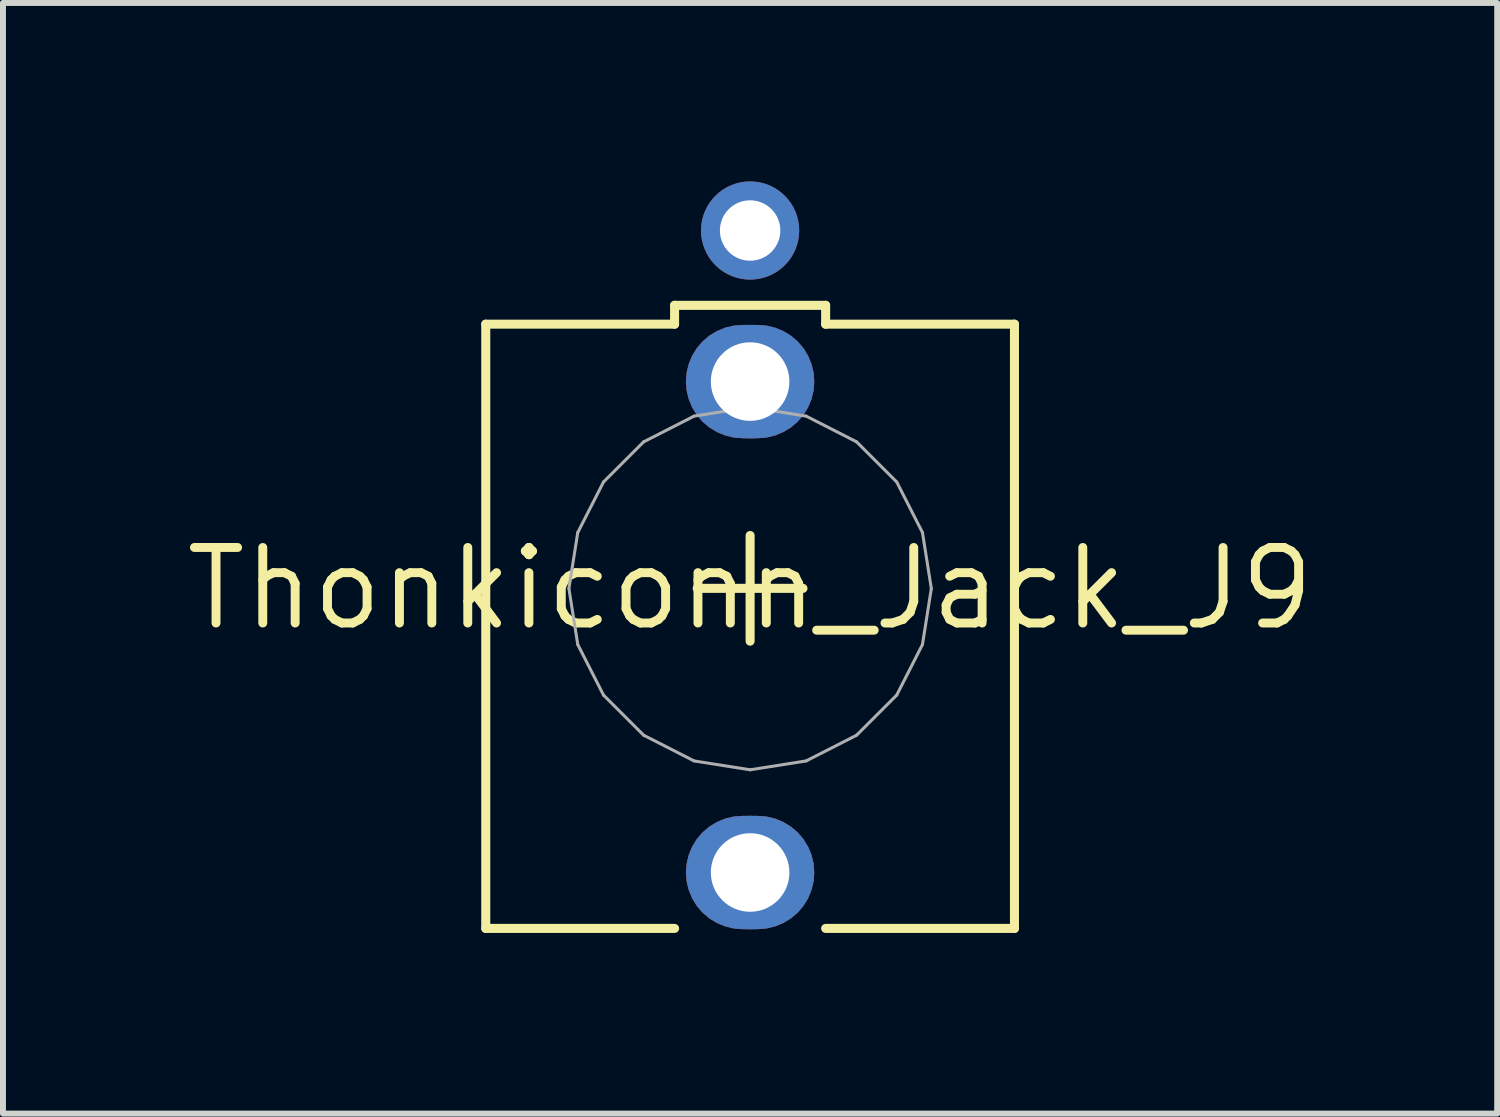
<source format=kicad_pcb>
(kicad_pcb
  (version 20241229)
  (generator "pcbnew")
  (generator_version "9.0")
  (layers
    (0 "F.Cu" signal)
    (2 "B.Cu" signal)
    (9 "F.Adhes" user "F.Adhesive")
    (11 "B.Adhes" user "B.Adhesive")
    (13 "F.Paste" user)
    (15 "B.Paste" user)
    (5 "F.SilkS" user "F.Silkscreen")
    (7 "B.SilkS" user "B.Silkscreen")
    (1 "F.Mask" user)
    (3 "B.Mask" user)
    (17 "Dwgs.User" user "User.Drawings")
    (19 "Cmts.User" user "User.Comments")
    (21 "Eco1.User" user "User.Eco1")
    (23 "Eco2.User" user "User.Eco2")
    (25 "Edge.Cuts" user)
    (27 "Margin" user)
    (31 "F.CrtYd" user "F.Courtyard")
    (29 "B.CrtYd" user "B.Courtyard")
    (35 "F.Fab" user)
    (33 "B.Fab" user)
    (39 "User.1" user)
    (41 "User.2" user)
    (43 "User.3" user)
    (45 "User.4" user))
  (footprint "Thonkiconn_Jack_J9"
    (layer "F.Cu")
    (at 9.563 6.846)
    (property "Reference" "Thonkiconn_Jack_J9" (at 0 0 0) (layer "F.SilkS") (effects (font (size 1.27 1.27) (thickness 0.15))))
    (fp_poly (pts (xy 0.276 -4.421) (xy 0.421 -4.386) (xy 0.559 -4.329) (xy 0.687 -4.251) (xy 0.801 -4.154) (xy 0.898 -4.04) (xy 0.976 -3.912) (xy 1.033 -3.774) (xy 1.068 -3.629) (xy 1.079 -3.48) (xy 1.068 -3.331) (xy 1.033 -3.186) (xy 0.976 -3.048) (xy 0.898 -2.92) (xy 0.801 -2.806) (xy 0.687 -2.709) (xy 0.559 -2.631) (xy 0.421 -2.574) (xy 0.276 -2.539) (xy 0.127 -2.527) (xy -0.127 -2.527) (xy -0.276 -2.539) (xy -0.421 -2.574) (xy -0.559 -2.631) (xy -0.687 -2.709) (xy -0.801 -2.806) (xy -0.898 -2.92) (xy -0.976 -3.048) (xy -1.033 -3.186) (xy -1.068 -3.331) (xy -1.079 -3.48) (xy -1.068 -3.629) (xy -1.033 -3.774) (xy -0.976 -3.912) (xy -0.898 -4.04) (xy -0.801 -4.154) (xy -0.687 -4.251) (xy -0.559 -4.329) (xy -0.421 -4.386) (xy -0.276 -4.421) (xy -0.127 -4.432) (xy 0.127 -4.432)) (stroke (width 0) (type default)) (fill yes) (layer "F.Cu"))
    (fp_poly (pts (xy 0.276 3.834) (xy 0.421 3.869) (xy 0.559 3.926) (xy 0.687 4.004) (xy 0.801 4.101) (xy 0.898 4.215) (xy 0.976 4.343) (xy 1.033 4.481) (xy 1.068 4.626) (xy 1.079 4.775) (xy 1.068 4.924) (xy 1.033 5.069) (xy 0.976 5.207) (xy 0.898 5.335) (xy 0.801 5.449) (xy 0.687 5.546) (xy 0.559 5.624) (xy 0.421 5.681) (xy 0.276 5.716) (xy 0.127 5.728) (xy -0.127 5.728) (xy -0.276 5.716) (xy -0.421 5.681) (xy -0.559 5.624) (xy -0.687 5.546) (xy -0.801 5.449) (xy -0.898 5.335) (xy -0.976 5.207) (xy -1.033 5.069) (xy -1.068 4.924) (xy -1.079 4.775) (xy -1.068 4.626) (xy -1.033 4.481) (xy -0.976 4.343) (xy -0.898 4.215) (xy -0.801 4.101) (xy -0.687 4.004) (xy -0.559 3.926) (xy -0.421 3.869) (xy -0.276 3.834) (xy -0.127 3.823) (xy 0.127 3.823)) (stroke (width 0) (type default)) (fill yes) (layer "F.Cu"))
    (fp_poly (pts (xy 0.292 -4.522) (xy 0.453 -4.483) (xy 0.606 -4.42) (xy 0.748 -4.334) (xy 0.873 -4.226) (xy 0.981 -4.1) (xy 1.067 -3.958) (xy 1.131 -3.806) (xy 1.169 -3.645) (xy 1.182 -3.48) (xy 1.169 -3.315) (xy 1.131 -3.154) (xy 1.067 -3.001) (xy 0.981 -2.859) (xy 0.873 -2.733) (xy 0.748 -2.626) (xy 0.606 -2.54) (xy 0.453 -2.476) (xy 0.292 -2.438) (xy 0.127 -2.425) (xy -0.127 -2.425) (xy -0.292 -2.438) (xy -0.453 -2.476) (xy -0.606 -2.54) (xy -0.748 -2.626) (xy -0.873 -2.733) (xy -0.981 -2.859) (xy -1.067 -3.001) (xy -1.131 -3.154) (xy -1.169 -3.315) (xy -1.182 -3.48) (xy -1.169 -3.645) (xy -1.131 -3.806) (xy -1.067 -3.958) (xy -0.981 -4.1) (xy -0.873 -4.226) (xy -0.748 -4.334) (xy -0.606 -4.42) (xy -0.453 -4.483) (xy -0.292 -4.522) (xy -0.127 -4.535) (xy 0.127 -4.535)) (stroke (width 0) (type default)) (fill yes) (layer "F.Mask"))
    (fp_poly (pts (xy 0.292 3.733) (xy 0.453 3.772) (xy 0.606 3.835) (xy 0.748 3.921) (xy 0.873 4.029) (xy 0.981 4.155) (xy 1.067 4.297) (xy 1.131 4.449) (xy 1.169 4.61) (xy 1.182 4.775) (xy 1.169 4.94) (xy 1.131 5.101) (xy 1.067 5.254) (xy 0.981 5.396) (xy 0.873 5.522) (xy 0.748 5.629) (xy 0.606 5.715) (xy 0.453 5.779) (xy 0.292 5.817) (xy 0.127 5.83) (xy -0.127 5.83) (xy -0.292 5.817) (xy -0.453 5.779) (xy -0.606 5.715) (xy -0.748 5.629) (xy -0.873 5.522) (xy -0.981 5.396) (xy -1.067 5.254) (xy -1.131 5.101) (xy -1.169 4.94) (xy -1.182 4.775) (xy -1.169 4.61) (xy -1.131 4.449) (xy -1.067 4.297) (xy -0.981 4.155) (xy -0.873 4.029) (xy -0.748 3.921) (xy -0.606 3.835) (xy -0.453 3.772) (xy -0.292 3.733) (xy -0.127 3.72) (xy 0.127 3.72)) (stroke (width 0) (type default)) (fill yes) (layer "F.Mask"))
    (fp_poly (pts (xy 0.276 -4.421) (xy 0.421 -4.386) (xy 0.559 -4.329) (xy 0.687 -4.251) (xy 0.801 -4.154) (xy 0.898 -4.04) (xy 0.976 -3.912) (xy 1.033 -3.774) (xy 1.068 -3.629) (xy 1.079 -3.48) (xy 1.068 -3.331) (xy 1.033 -3.186) (xy 0.976 -3.048) (xy 0.898 -2.92) (xy 0.801 -2.806) (xy 0.687 -2.709) (xy 0.559 -2.631) (xy 0.421 -2.574) (xy 0.276 -2.539) (xy 0.127 -2.527) (xy -0.127 -2.527) (xy -0.276 -2.539) (xy -0.421 -2.574) (xy -0.559 -2.631) (xy -0.687 -2.709) (xy -0.801 -2.806) (xy -0.898 -2.92) (xy -0.976 -3.048) (xy -1.033 -3.186) (xy -1.068 -3.331) (xy -1.079 -3.48) (xy -1.068 -3.629) (xy -1.033 -3.774) (xy -0.976 -3.912) (xy -0.898 -4.04) (xy -0.801 -4.154) (xy -0.687 -4.251) (xy -0.559 -4.329) (xy -0.421 -4.386) (xy -0.276 -4.421) (xy -0.127 -4.432) (xy 0.127 -4.432)) (stroke (width 0) (type default)) (fill yes) (layer "B.Cu"))
    (fp_poly (pts (xy 0.276 3.834) (xy 0.421 3.869) (xy 0.559 3.926) (xy 0.687 4.004) (xy 0.801 4.101) (xy 0.898 4.215) (xy 0.976 4.343) (xy 1.033 4.481) (xy 1.068 4.626) (xy 1.079 4.775) (xy 1.068 4.924) (xy 1.033 5.069) (xy 0.976 5.207) (xy 0.898 5.335) (xy 0.801 5.449) (xy 0.687 5.546) (xy 0.559 5.624) (xy 0.421 5.681) (xy 0.276 5.716) (xy 0.127 5.728) (xy -0.127 5.728) (xy -0.276 5.716) (xy -0.421 5.681) (xy -0.559 5.624) (xy -0.687 5.546) (xy -0.801 5.449) (xy -0.898 5.335) (xy -0.976 5.207) (xy -1.033 5.069) (xy -1.068 4.924) (xy -1.079 4.775) (xy -1.068 4.626) (xy -1.033 4.481) (xy -0.976 4.343) (xy -0.898 4.215) (xy -0.801 4.101) (xy -0.687 4.004) (xy -0.559 3.926) (xy -0.421 3.869) (xy -0.276 3.834) (xy -0.127 3.823) (xy 0.127 3.823)) (stroke (width 0) (type default)) (fill yes) (layer "B.Cu"))
    (fp_poly (pts (xy 0.292 -4.522) (xy 0.453 -4.483) (xy 0.606 -4.42) (xy 0.748 -4.334) (xy 0.873 -4.226) (xy 0.981 -4.1) (xy 1.067 -3.958) (xy 1.131 -3.806) (xy 1.169 -3.645) (xy 1.182 -3.48) (xy 1.169 -3.315) (xy 1.131 -3.154) (xy 1.067 -3.001) (xy 0.981 -2.859) (xy 0.873 -2.733) (xy 0.748 -2.626) (xy 0.606 -2.54) (xy 0.453 -2.476) (xy 0.292 -2.438) (xy 0.127 -2.425) (xy -0.127 -2.425) (xy -0.292 -2.438) (xy -0.453 -2.476) (xy -0.606 -2.54) (xy -0.748 -2.626) (xy -0.873 -2.733) (xy -0.981 -2.859) (xy -1.067 -3.001) (xy -1.131 -3.154) (xy -1.169 -3.315) (xy -1.182 -3.48) (xy -1.169 -3.645) (xy -1.131 -3.806) (xy -1.067 -3.958) (xy -0.981 -4.1) (xy -0.873 -4.226) (xy -0.748 -4.334) (xy -0.606 -4.42) (xy -0.453 -4.483) (xy -0.292 -4.522) (xy -0.127 -4.535) (xy 0.127 -4.535)) (stroke (width 0) (type default)) (fill yes) (layer "B.Mask"))
    (fp_poly (pts (xy 0.292 3.733) (xy 0.453 3.772) (xy 0.606 3.835) (xy 0.748 3.921) (xy 0.873 4.029) (xy 0.981 4.155) (xy 1.067 4.297) (xy 1.131 4.449) (xy 1.169 4.61) (xy 1.182 4.775) (xy 1.169 4.94) (xy 1.131 5.101) (xy 1.067 5.254) (xy 0.981 5.396) (xy 0.873 5.522) (xy 0.748 5.629) (xy 0.606 5.715) (xy 0.453 5.779) (xy 0.292 5.817) (xy 0.127 5.83) (xy -0.127 5.83) (xy -0.292 5.817) (xy -0.453 5.779) (xy -0.606 5.715) (xy -0.748 5.629) (xy -0.873 5.522) (xy -0.981 5.396) (xy -1.067 5.254) (xy -1.131 5.101) (xy -1.169 4.94) (xy -1.182 4.775) (xy -1.169 4.61) (xy -1.131 4.449) (xy -1.067 4.297) (xy -0.981 4.155) (xy -0.873 4.029) (xy -0.748 3.921) (xy -0.606 3.835) (xy -0.453 3.772) (xy -0.292 3.733) (xy -0.127 3.72) (xy 0.127 3.72)) (stroke (width 0) (type default)) (fill yes) (layer "B.Mask"))
    (fp_line (start -4.445 -4.445) (end -4.445 5.715) (stroke (width 0.152) (type solid)) (layer "F.SilkS"))
    (fp_line (start -1.27 -4.762) (end 1.27 -4.762) (stroke (width 0.152) (type solid)) (layer "F.SilkS"))
    (fp_line (start -1.27 -4.445) (end -4.445 -4.445) (stroke (width 0.152) (type solid)) (layer "F.SilkS"))
    (fp_line (start -1.27 -4.445) (end -1.27 -4.762) (stroke (width 0.152) (type solid)) (layer "F.SilkS"))
    (fp_line (start -1.27 5.715) (end -4.445 5.715) (stroke (width 0.152) (type solid)) (layer "F.SilkS"))
    (fp_line (start -0.89 -0.003) (end 0.889 -0.003) (stroke (width 0.152) (type solid)) (layer "F.SilkS"))
    (fp_line (start 0 0.885) (end 0 -0.892) (stroke (width 0.152) (type solid)) (layer "F.SilkS"))
    (fp_line (start 1.27 -4.762) (end 1.27 -4.445) (stroke (width 0.152) (type solid)) (layer "F.SilkS"))
    (fp_line (start 1.27 -4.445) (end 4.445 -4.445) (stroke (width 0.152) (type solid)) (layer "F.SilkS"))
    (fp_line (start 1.27 5.715) (end 4.445 5.715) (stroke (width 0.152) (type solid)) (layer "F.SilkS"))
    (fp_line (start 4.445 5.715) (end 4.445 -4.445) (stroke (width 0.152) (type solid)) (layer "F.SilkS"))
    (fp_line (start -3.047 0) (end -2.898 0.942) (stroke (width 0.051) (type solid)) (layer "F.Fab"))
    (fp_line (start -2.898 -0.942) (end -3.047 0) (stroke (width 0.051) (type solid)) (layer "F.Fab"))
    (fp_line (start -2.898 0.942) (end -2.465 1.792) (stroke (width 0.051) (type solid)) (layer "F.Fab"))
    (fp_line (start -2.465 -1.792) (end -2.898 -0.942) (stroke (width 0.051) (type solid)) (layer "F.Fab"))
    (fp_line (start -2.465 1.792) (end -1.791 2.466) (stroke (width 0.051) (type solid)) (layer "F.Fab"))
    (fp_line (start -1.791 -2.466) (end -2.465 -1.792) (stroke (width 0.051) (type solid)) (layer "F.Fab"))
    (fp_line (start -1.791 2.466) (end -0.942 2.899) (stroke (width 0.051) (type solid)) (layer "F.Fab"))
    (fp_line (start -0.942 -2.899) (end -1.791 -2.466) (stroke (width 0.051) (type solid)) (layer "F.Fab"))
    (fp_line (start -0.942 2.899) (end 0 3.048) (stroke (width 0.051) (type solid)) (layer "F.Fab"))
    (fp_line (start 0 -3.048) (end -0.942 -2.899) (stroke (width 0.051) (type solid)) (layer "F.Fab"))
    (fp_line (start 0 3.048) (end 0.942 2.899) (stroke (width 0.051) (type solid)) (layer "F.Fab"))
    (fp_line (start 0.942 -2.899) (end 0 -3.048) (stroke (width 0.051) (type solid)) (layer "F.Fab"))
    (fp_line (start 0.942 2.899) (end 1.791 2.466) (stroke (width 0.051) (type solid)) (layer "F.Fab"))
    (fp_line (start 1.791 -2.466) (end 0.942 -2.899) (stroke (width 0.051) (type solid)) (layer "F.Fab"))
    (fp_line (start 1.791 2.466) (end 2.465 1.792) (stroke (width 0.051) (type solid)) (layer "F.Fab"))
    (fp_line (start 2.465 -1.792) (end 1.791 -2.466) (stroke (width 0.051) (type solid)) (layer "F.Fab"))
    (fp_line (start 2.465 1.792) (end 2.898 0.942) (stroke (width 0.051) (type solid)) (layer "F.Fab"))
    (fp_line (start 2.898 -0.942) (end 2.465 -1.792) (stroke (width 0.051) (type solid)) (layer "F.Fab"))
    (fp_line (start 2.898 0.942) (end 3.047 0) (stroke (width 0.051) (type solid)) (layer "F.Fab"))
    (fp_line (start 3.047 0) (end 2.898 -0.942) (stroke (width 0.051) (type solid)) (layer "F.Fab"))
    (pad "1" thru_hole circle (at 0 -3.48) (size 1.905 1.905) (drill 1.321) (layers "*.Cu"))
    (pad "2" thru_hole circle (at 0 4.775) (size 1.905 1.905) (drill 1.321) (layers "*.Cu"))
    (pad "3" thru_hole circle (at 0 -6.02) (size 1.651 1.651) (drill 1.016) (layers "*.Cu" "*.Mask"))
    (zone (net_name "") (layer "F.Cu") (hatch edge 0.5) (connect_pads) (min_thickness 0.25) (filled_areas_thickness no) (keepout (tracks not_allowed) (vias not_allowed) (pads not_allowed) (copperpour not_allowed) (footprints allowed)) (placement (enabled no)) (fill) (polygon (pts (xy 10.805 6.845) (xy 10.785 6.623) (xy 10.725 6.408) (xy 10.629 6.207) (xy 10.498 6.027) (xy 10.337 5.873) (xy 10.151 5.751) (xy 9.946 5.663) (xy 9.729 5.614) (xy 9.507 5.604) (xy 9.286 5.634) (xy 9.074 5.702) (xy 8.878 5.808) (xy 8.704 5.947) (xy 8.558 6.114) (xy 8.444 6.306) (xy 8.365 6.514) (xy 8.326 6.733) (xy 8.326 6.956) (xy 8.365 7.175) (xy 8.444 7.383) (xy 8.558 7.575) (xy 8.704 7.742) (xy 8.878 7.881) (xy 9.074 7.987) (xy 9.286 8.055) (xy 9.507 8.085) (xy 9.729 8.075) (xy 9.946 8.026) (xy 10.151 7.938) (xy 10.337 7.816) (xy 10.498 7.662) (xy 10.629 7.482) (xy 10.725 7.281) (xy 10.785 7.066))) (polygon (pts (xy 10.555 6.845) (xy 10.534 6.645) (xy 10.474 6.453) (xy 10.377 6.278) (xy 10.246 6.126) (xy 10.087 6.003) (xy 9.907 5.914) (xy 9.713 5.864) (xy 9.512 5.854) (xy 9.314 5.884) (xy 9.126 5.954) (xy 8.955 6.06) (xy 8.81 6.198) (xy 8.695 6.363) (xy 8.616 6.548) (xy 8.576 6.744) (xy 8.576 6.945) (xy 8.616 7.141) (xy 8.695 7.326) (xy 8.81 7.491) (xy 8.955 7.629) (xy 9.126 7.735) (xy 9.314 7.805) (xy 9.512 7.835) (xy 9.713 7.825) (xy 9.907 7.775) (xy 10.087 7.686) (xy 10.246 7.563) (xy 10.377 7.411) (xy 10.474 7.236) (xy 10.534 7.044)))))
  (gr_rect
    (start -3 -3)
    (end 22.125 15.675)
    (stroke (width 0.1) (type default))
    (fill no)
    (layer "Edge.Cuts")))
</source>
